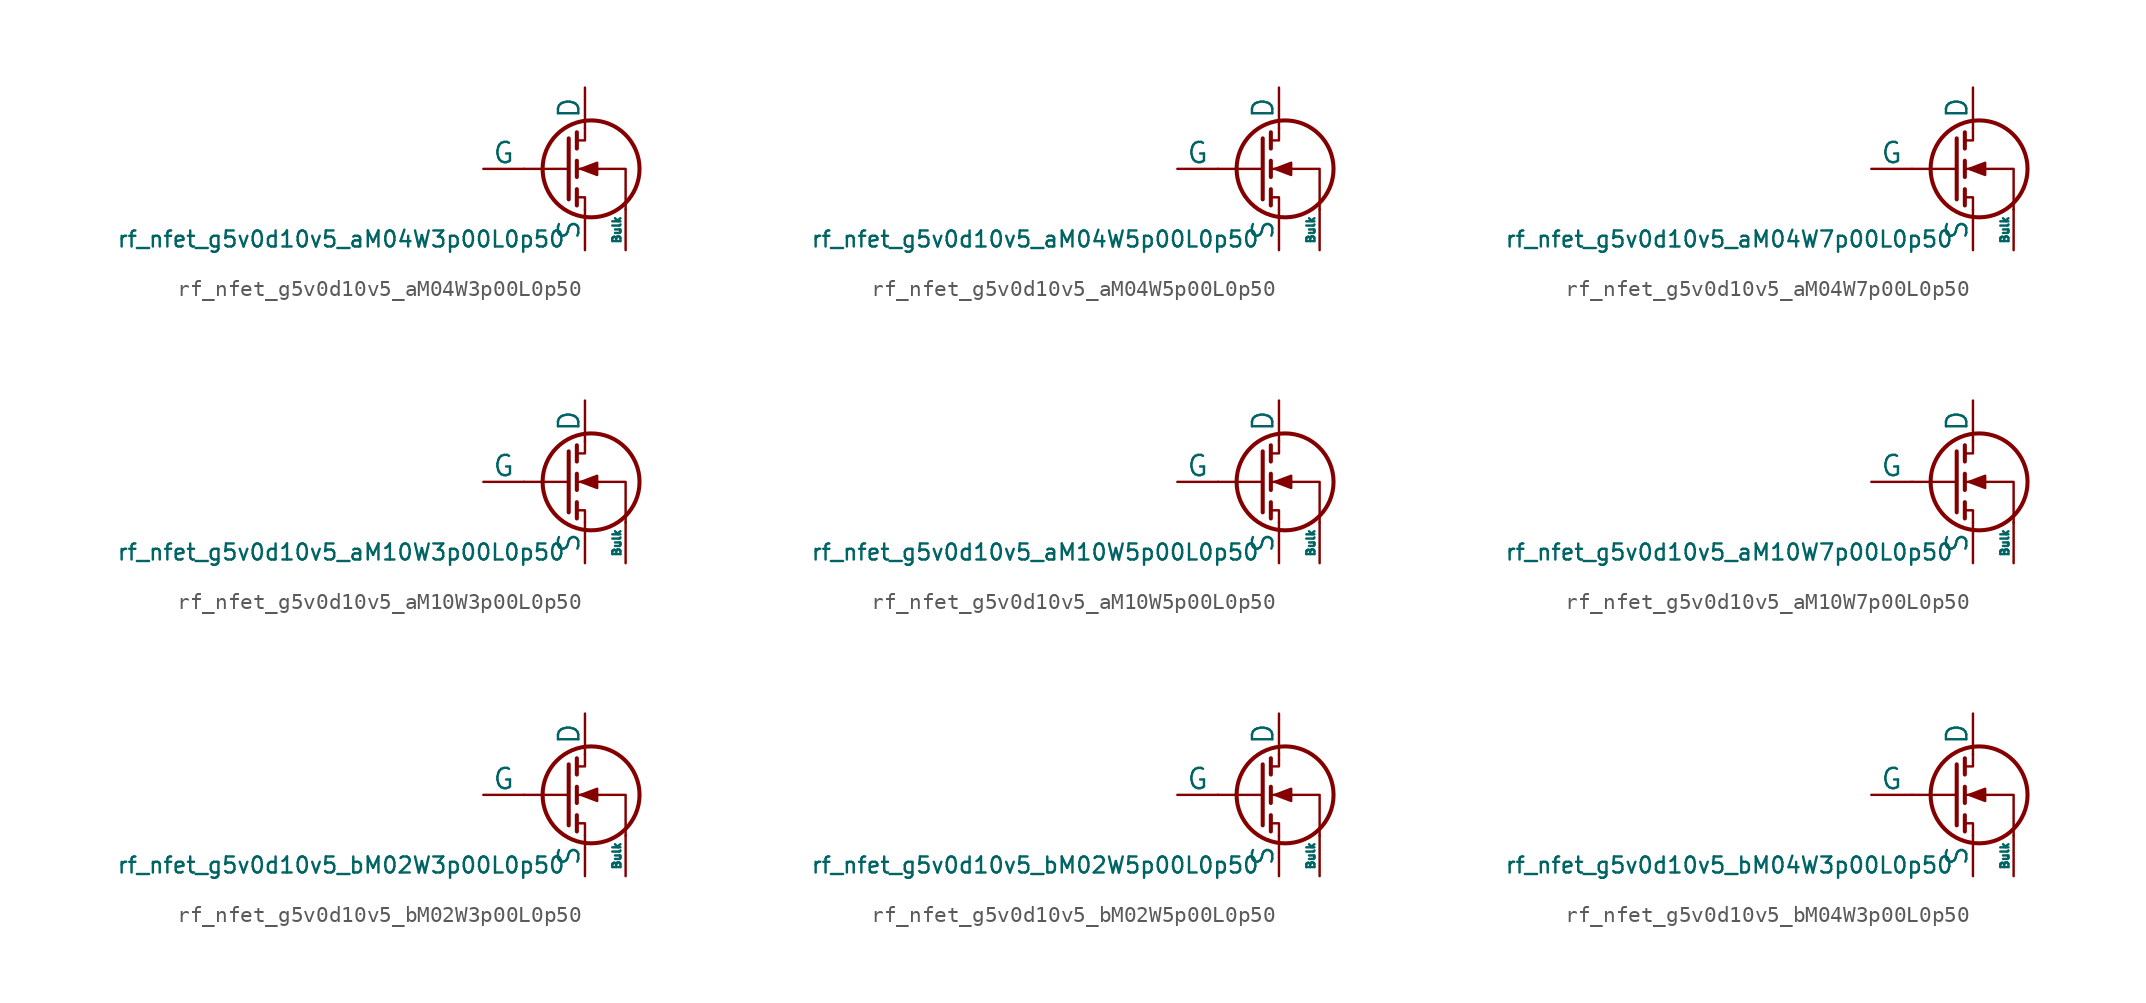
<source format=kicad_sym>
(kicad_symbol_lib
  (version 20211014)
  (generator pdk2kicad)
  (symbol "rf_nfet_g5v0d10v5_aM04W3p00L0p50"
    (pin_numbers hide)
    (pin_names
      (offset 0))
    (property "Reference" "Q"
      (at 0 0 0)
      (effects (font (size 1 1)) hide))
    (property "Value" "rf_nfet_g5v0d10v5_aM04W3p00L0p50"
      (at -12.7 -3.81 0)
      (effects (font (size 1 1)) (justify top)))
    (polyline
      (pts (xy 1.524 0) (xy -1.27 0))
      (stroke (width 0) (type default))
      (fill (type none)))
    (polyline
      (pts (xy 1.524 1.905) (xy 1.524 -1.905))
      (stroke (width 0.254) (type default))
      (fill (type none)))
    (polyline
      (pts (xy 2.032 -1.27) (xy 2.032 -2.286))
      (stroke (width 0.254) (type default))
      (fill (type none)))
    (polyline
      (pts (xy 2.032 0.508) (xy 2.032 -0.508))
      (stroke (width 0.254) (type default))
      (fill (type none)))
    (polyline
      (pts (xy 2.032 2.286) (xy 2.032 1.27))
      (stroke (width 0.254) (type default))
      (fill (type none)))
    (polyline
      (pts (xy 2.032 1.778) (xy 2.54 1.778) (xy 2.54 2.54))
      (stroke (width 0) (type default))
      (fill (type none)))
    (polyline
      (pts (xy 2.54 -2.54) (xy 2.54 -1.778) (xy 2.032 -1.778))
      (stroke (width 0) (type default))
      (fill (type none)))
    (polyline
      (pts (xy 5.08 -2.54) (xy 5.08 0) (xy 2.032 0))
      (stroke (width 0) (type default))
      (fill (type none)))
    (polyline
      (pts (xy 2.286 0) (xy 3.302 0.381) (xy 3.302 -0.381) (xy 2.286 0))
      (stroke (width 0) (type default))
      (fill (type outline)))
    (circle
      (center 2.921 0)
      (radius 3.029)
      (stroke (width 0.254) (type default))
      (fill (type none)))
    (pin passive line
      (at 2.54 5.08 270)
      (length 2.54)
      (name "D" (effects (font (size 1.27 1.27))))
      (number "1" (effects (font (size 1.27 1.27)))))
    (pin input line
      (at -3.81 0 0)
      (length 2.54)
      (name "G" (effects (font (size 1.27 1.27))))
      (number "2" (effects (font (size 1.27 1.27)))))
    (pin passive line
      (at 2.54 -5.08 90)
      (length 2.54)
      (name "S" (effects (font (size 1.27 1.27))))
      (number "3" (effects (font (size 1.27 1.27)))))
    (pin input line
      (at 5.08 -5.08 90)
      (length 2.54)
      (name "Bulk" (effects (font (size 0.508 0.508))))
      (number "4" (effects (font (size 1.27 1.27))))))
  (symbol "rf_nfet_g5v0d10v5_aM04W5p00L0p50"
    (pin_numbers hide)
    (pin_names
      (offset 0))
    (property "Reference" "Q"
      (at 0 0 0)
      (effects (font (size 1 1)) hide))
    (property "Value" "rf_nfet_g5v0d10v5_aM04W5p00L0p50"
      (at -12.7 -3.81 0)
      (effects (font (size 1 1)) (justify top)))
    (polyline
      (pts (xy 1.524 0) (xy -1.27 0))
      (stroke (width 0) (type default))
      (fill (type none)))
    (polyline
      (pts (xy 1.524 1.905) (xy 1.524 -1.905))
      (stroke (width 0.254) (type default))
      (fill (type none)))
    (polyline
      (pts (xy 2.032 -1.27) (xy 2.032 -2.286))
      (stroke (width 0.254) (type default))
      (fill (type none)))
    (polyline
      (pts (xy 2.032 0.508) (xy 2.032 -0.508))
      (stroke (width 0.254) (type default))
      (fill (type none)))
    (polyline
      (pts (xy 2.032 2.286) (xy 2.032 1.27))
      (stroke (width 0.254) (type default))
      (fill (type none)))
    (polyline
      (pts (xy 2.032 1.778) (xy 2.54 1.778) (xy 2.54 2.54))
      (stroke (width 0) (type default))
      (fill (type none)))
    (polyline
      (pts (xy 2.54 -2.54) (xy 2.54 -1.778) (xy 2.032 -1.778))
      (stroke (width 0) (type default))
      (fill (type none)))
    (polyline
      (pts (xy 5.08 -2.54) (xy 5.08 0) (xy 2.032 0))
      (stroke (width 0) (type default))
      (fill (type none)))
    (polyline
      (pts (xy 2.286 0) (xy 3.302 0.381) (xy 3.302 -0.381) (xy 2.286 0))
      (stroke (width 0) (type default))
      (fill (type outline)))
    (circle
      (center 2.921 0)
      (radius 3.029)
      (stroke (width 0.254) (type default))
      (fill (type none)))
    (pin passive line
      (at 2.54 5.08 270)
      (length 2.54)
      (name "D" (effects (font (size 1.27 1.27))))
      (number "1" (effects (font (size 1.27 1.27)))))
    (pin input line
      (at -3.81 0 0)
      (length 2.54)
      (name "G" (effects (font (size 1.27 1.27))))
      (number "2" (effects (font (size 1.27 1.27)))))
    (pin passive line
      (at 2.54 -5.08 90)
      (length 2.54)
      (name "S" (effects (font (size 1.27 1.27))))
      (number "3" (effects (font (size 1.27 1.27)))))
    (pin input line
      (at 5.08 -5.08 90)
      (length 2.54)
      (name "Bulk" (effects (font (size 0.508 0.508))))
      (number "4" (effects (font (size 1.27 1.27))))))
  (symbol "rf_nfet_g5v0d10v5_aM04W7p00L0p50"
    (pin_numbers hide)
    (pin_names
      (offset 0))
    (property "Reference" "Q"
      (at 0 0 0)
      (effects (font (size 1 1)) hide))
    (property "Value" "rf_nfet_g5v0d10v5_aM04W7p00L0p50"
      (at -12.7 -3.81 0)
      (effects (font (size 1 1)) (justify top)))
    (polyline
      (pts (xy 1.524 0) (xy -1.27 0))
      (stroke (width 0) (type default))
      (fill (type none)))
    (polyline
      (pts (xy 1.524 1.905) (xy 1.524 -1.905))
      (stroke (width 0.254) (type default))
      (fill (type none)))
    (polyline
      (pts (xy 2.032 -1.27) (xy 2.032 -2.286))
      (stroke (width 0.254) (type default))
      (fill (type none)))
    (polyline
      (pts (xy 2.032 0.508) (xy 2.032 -0.508))
      (stroke (width 0.254) (type default))
      (fill (type none)))
    (polyline
      (pts (xy 2.032 2.286) (xy 2.032 1.27))
      (stroke (width 0.254) (type default))
      (fill (type none)))
    (polyline
      (pts (xy 2.032 1.778) (xy 2.54 1.778) (xy 2.54 2.54))
      (stroke (width 0) (type default))
      (fill (type none)))
    (polyline
      (pts (xy 2.54 -2.54) (xy 2.54 -1.778) (xy 2.032 -1.778))
      (stroke (width 0) (type default))
      (fill (type none)))
    (polyline
      (pts (xy 5.08 -2.54) (xy 5.08 0) (xy 2.032 0))
      (stroke (width 0) (type default))
      (fill (type none)))
    (polyline
      (pts (xy 2.286 0) (xy 3.302 0.381) (xy 3.302 -0.381) (xy 2.286 0))
      (stroke (width 0) (type default))
      (fill (type outline)))
    (circle
      (center 2.921 0)
      (radius 3.029)
      (stroke (width 0.254) (type default))
      (fill (type none)))
    (pin passive line
      (at 2.54 5.08 270)
      (length 2.54)
      (name "D" (effects (font (size 1.27 1.27))))
      (number "1" (effects (font (size 1.27 1.27)))))
    (pin input line
      (at -3.81 0 0)
      (length 2.54)
      (name "G" (effects (font (size 1.27 1.27))))
      (number "2" (effects (font (size 1.27 1.27)))))
    (pin passive line
      (at 2.54 -5.08 90)
      (length 2.54)
      (name "S" (effects (font (size 1.27 1.27))))
      (number "3" (effects (font (size 1.27 1.27)))))
    (pin input line
      (at 5.08 -5.08 90)
      (length 2.54)
      (name "Bulk" (effects (font (size 0.508 0.508))))
      (number "4" (effects (font (size 1.27 1.27))))))
  (symbol "rf_nfet_g5v0d10v5_aM10W3p00L0p50"
    (pin_numbers hide)
    (pin_names
      (offset 0))
    (property "Reference" "Q"
      (at 0 0 0)
      (effects (font (size 1 1)) hide))
    (property "Value" "rf_nfet_g5v0d10v5_aM10W3p00L0p50"
      (at -12.7 -3.81 0)
      (effects (font (size 1 1)) (justify top)))
    (polyline
      (pts (xy 1.524 0) (xy -1.27 0))
      (stroke (width 0) (type default))
      (fill (type none)))
    (polyline
      (pts (xy 1.524 1.905) (xy 1.524 -1.905))
      (stroke (width 0.254) (type default))
      (fill (type none)))
    (polyline
      (pts (xy 2.032 -1.27) (xy 2.032 -2.286))
      (stroke (width 0.254) (type default))
      (fill (type none)))
    (polyline
      (pts (xy 2.032 0.508) (xy 2.032 -0.508))
      (stroke (width 0.254) (type default))
      (fill (type none)))
    (polyline
      (pts (xy 2.032 2.286) (xy 2.032 1.27))
      (stroke (width 0.254) (type default))
      (fill (type none)))
    (polyline
      (pts (xy 2.032 1.778) (xy 2.54 1.778) (xy 2.54 2.54))
      (stroke (width 0) (type default))
      (fill (type none)))
    (polyline
      (pts (xy 2.54 -2.54) (xy 2.54 -1.778) (xy 2.032 -1.778))
      (stroke (width 0) (type default))
      (fill (type none)))
    (polyline
      (pts (xy 5.08 -2.54) (xy 5.08 0) (xy 2.032 0))
      (stroke (width 0) (type default))
      (fill (type none)))
    (polyline
      (pts (xy 2.286 0) (xy 3.302 0.381) (xy 3.302 -0.381) (xy 2.286 0))
      (stroke (width 0) (type default))
      (fill (type outline)))
    (circle
      (center 2.921 0)
      (radius 3.029)
      (stroke (width 0.254) (type default))
      (fill (type none)))
    (pin passive line
      (at 2.54 5.08 270)
      (length 2.54)
      (name "D" (effects (font (size 1.27 1.27))))
      (number "1" (effects (font (size 1.27 1.27)))))
    (pin input line
      (at -3.81 0 0)
      (length 2.54)
      (name "G" (effects (font (size 1.27 1.27))))
      (number "2" (effects (font (size 1.27 1.27)))))
    (pin passive line
      (at 2.54 -5.08 90)
      (length 2.54)
      (name "S" (effects (font (size 1.27 1.27))))
      (number "3" (effects (font (size 1.27 1.27)))))
    (pin input line
      (at 5.08 -5.08 90)
      (length 2.54)
      (name "Bulk" (effects (font (size 0.508 0.508))))
      (number "4" (effects (font (size 1.27 1.27))))))
  (symbol "rf_nfet_g5v0d10v5_aM10W5p00L0p50"
    (pin_numbers hide)
    (pin_names
      (offset 0))
    (property "Reference" "Q"
      (at 0 0 0)
      (effects (font (size 1 1)) hide))
    (property "Value" "rf_nfet_g5v0d10v5_aM10W5p00L0p50"
      (at -12.7 -3.81 0)
      (effects (font (size 1 1)) (justify top)))
    (polyline
      (pts (xy 1.524 0) (xy -1.27 0))
      (stroke (width 0) (type default))
      (fill (type none)))
    (polyline
      (pts (xy 1.524 1.905) (xy 1.524 -1.905))
      (stroke (width 0.254) (type default))
      (fill (type none)))
    (polyline
      (pts (xy 2.032 -1.27) (xy 2.032 -2.286))
      (stroke (width 0.254) (type default))
      (fill (type none)))
    (polyline
      (pts (xy 2.032 0.508) (xy 2.032 -0.508))
      (stroke (width 0.254) (type default))
      (fill (type none)))
    (polyline
      (pts (xy 2.032 2.286) (xy 2.032 1.27))
      (stroke (width 0.254) (type default))
      (fill (type none)))
    (polyline
      (pts (xy 2.032 1.778) (xy 2.54 1.778) (xy 2.54 2.54))
      (stroke (width 0) (type default))
      (fill (type none)))
    (polyline
      (pts (xy 2.54 -2.54) (xy 2.54 -1.778) (xy 2.032 -1.778))
      (stroke (width 0) (type default))
      (fill (type none)))
    (polyline
      (pts (xy 5.08 -2.54) (xy 5.08 0) (xy 2.032 0))
      (stroke (width 0) (type default))
      (fill (type none)))
    (polyline
      (pts (xy 2.286 0) (xy 3.302 0.381) (xy 3.302 -0.381) (xy 2.286 0))
      (stroke (width 0) (type default))
      (fill (type outline)))
    (circle
      (center 2.921 0)
      (radius 3.029)
      (stroke (width 0.254) (type default))
      (fill (type none)))
    (pin passive line
      (at 2.54 5.08 270)
      (length 2.54)
      (name "D" (effects (font (size 1.27 1.27))))
      (number "1" (effects (font (size 1.27 1.27)))))
    (pin input line
      (at -3.81 0 0)
      (length 2.54)
      (name "G" (effects (font (size 1.27 1.27))))
      (number "2" (effects (font (size 1.27 1.27)))))
    (pin passive line
      (at 2.54 -5.08 90)
      (length 2.54)
      (name "S" (effects (font (size 1.27 1.27))))
      (number "3" (effects (font (size 1.27 1.27)))))
    (pin input line
      (at 5.08 -5.08 90)
      (length 2.54)
      (name "Bulk" (effects (font (size 0.508 0.508))))
      (number "4" (effects (font (size 1.27 1.27))))))
  (symbol "rf_nfet_g5v0d10v5_aM10W7p00L0p50"
    (pin_numbers hide)
    (pin_names
      (offset 0))
    (property "Reference" "Q"
      (at 0 0 0)
      (effects (font (size 1 1)) hide))
    (property "Value" "rf_nfet_g5v0d10v5_aM10W7p00L0p50"
      (at -12.7 -3.81 0)
      (effects (font (size 1 1)) (justify top)))
    (polyline
      (pts (xy 1.524 0) (xy -1.27 0))
      (stroke (width 0) (type default))
      (fill (type none)))
    (polyline
      (pts (xy 1.524 1.905) (xy 1.524 -1.905))
      (stroke (width 0.254) (type default))
      (fill (type none)))
    (polyline
      (pts (xy 2.032 -1.27) (xy 2.032 -2.286))
      (stroke (width 0.254) (type default))
      (fill (type none)))
    (polyline
      (pts (xy 2.032 0.508) (xy 2.032 -0.508))
      (stroke (width 0.254) (type default))
      (fill (type none)))
    (polyline
      (pts (xy 2.032 2.286) (xy 2.032 1.27))
      (stroke (width 0.254) (type default))
      (fill (type none)))
    (polyline
      (pts (xy 2.032 1.778) (xy 2.54 1.778) (xy 2.54 2.54))
      (stroke (width 0) (type default))
      (fill (type none)))
    (polyline
      (pts (xy 2.54 -2.54) (xy 2.54 -1.778) (xy 2.032 -1.778))
      (stroke (width 0) (type default))
      (fill (type none)))
    (polyline
      (pts (xy 5.08 -2.54) (xy 5.08 0) (xy 2.032 0))
      (stroke (width 0) (type default))
      (fill (type none)))
    (polyline
      (pts (xy 2.286 0) (xy 3.302 0.381) (xy 3.302 -0.381) (xy 2.286 0))
      (stroke (width 0) (type default))
      (fill (type outline)))
    (circle
      (center 2.921 0)
      (radius 3.029)
      (stroke (width 0.254) (type default))
      (fill (type none)))
    (pin passive line
      (at 2.54 5.08 270)
      (length 2.54)
      (name "D" (effects (font (size 1.27 1.27))))
      (number "1" (effects (font (size 1.27 1.27)))))
    (pin input line
      (at -3.81 0 0)
      (length 2.54)
      (name "G" (effects (font (size 1.27 1.27))))
      (number "2" (effects (font (size 1.27 1.27)))))
    (pin passive line
      (at 2.54 -5.08 90)
      (length 2.54)
      (name "S" (effects (font (size 1.27 1.27))))
      (number "3" (effects (font (size 1.27 1.27)))))
    (pin input line
      (at 5.08 -5.08 90)
      (length 2.54)
      (name "Bulk" (effects (font (size 0.508 0.508))))
      (number "4" (effects (font (size 1.27 1.27))))))
  (symbol "rf_nfet_g5v0d10v5_bM02W3p00L0p50"
    (pin_numbers hide)
    (pin_names
      (offset 0))
    (property "Reference" "Q"
      (at 0 0 0)
      (effects (font (size 1 1)) hide))
    (property "Value" "rf_nfet_g5v0d10v5_bM02W3p00L0p50"
      (at -12.7 -3.81 0)
      (effects (font (size 1 1)) (justify top)))
    (polyline
      (pts (xy 1.524 0) (xy -1.27 0))
      (stroke (width 0) (type default))
      (fill (type none)))
    (polyline
      (pts (xy 1.524 1.905) (xy 1.524 -1.905))
      (stroke (width 0.254) (type default))
      (fill (type none)))
    (polyline
      (pts (xy 2.032 -1.27) (xy 2.032 -2.286))
      (stroke (width 0.254) (type default))
      (fill (type none)))
    (polyline
      (pts (xy 2.032 0.508) (xy 2.032 -0.508))
      (stroke (width 0.254) (type default))
      (fill (type none)))
    (polyline
      (pts (xy 2.032 2.286) (xy 2.032 1.27))
      (stroke (width 0.254) (type default))
      (fill (type none)))
    (polyline
      (pts (xy 2.032 1.778) (xy 2.54 1.778) (xy 2.54 2.54))
      (stroke (width 0) (type default))
      (fill (type none)))
    (polyline
      (pts (xy 2.54 -2.54) (xy 2.54 -1.778) (xy 2.032 -1.778))
      (stroke (width 0) (type default))
      (fill (type none)))
    (polyline
      (pts (xy 5.08 -2.54) (xy 5.08 0) (xy 2.032 0))
      (stroke (width 0) (type default))
      (fill (type none)))
    (polyline
      (pts (xy 2.286 0) (xy 3.302 0.381) (xy 3.302 -0.381) (xy 2.286 0))
      (stroke (width 0) (type default))
      (fill (type outline)))
    (circle
      (center 2.921 0)
      (radius 3.029)
      (stroke (width 0.254) (type default))
      (fill (type none)))
    (pin passive line
      (at 2.54 5.08 270)
      (length 2.54)
      (name "D" (effects (font (size 1.27 1.27))))
      (number "1" (effects (font (size 1.27 1.27)))))
    (pin input line
      (at -3.81 0 0)
      (length 2.54)
      (name "G" (effects (font (size 1.27 1.27))))
      (number "2" (effects (font (size 1.27 1.27)))))
    (pin passive line
      (at 2.54 -5.08 90)
      (length 2.54)
      (name "S" (effects (font (size 1.27 1.27))))
      (number "3" (effects (font (size 1.27 1.27)))))
    (pin input line
      (at 5.08 -5.08 90)
      (length 2.54)
      (name "Bulk" (effects (font (size 0.508 0.508))))
      (number "4" (effects (font (size 1.27 1.27))))))
  (symbol "rf_nfet_g5v0d10v5_bM02W5p00L0p50"
    (pin_numbers hide)
    (pin_names
      (offset 0))
    (property "Reference" "Q"
      (at 0 0 0)
      (effects (font (size 1 1)) hide))
    (property "Value" "rf_nfet_g5v0d10v5_bM02W5p00L0p50"
      (at -12.7 -3.81 0)
      (effects (font (size 1 1)) (justify top)))
    (polyline
      (pts (xy 1.524 0) (xy -1.27 0))
      (stroke (width 0) (type default))
      (fill (type none)))
    (polyline
      (pts (xy 1.524 1.905) (xy 1.524 -1.905))
      (stroke (width 0.254) (type default))
      (fill (type none)))
    (polyline
      (pts (xy 2.032 -1.27) (xy 2.032 -2.286))
      (stroke (width 0.254) (type default))
      (fill (type none)))
    (polyline
      (pts (xy 2.032 0.508) (xy 2.032 -0.508))
      (stroke (width 0.254) (type default))
      (fill (type none)))
    (polyline
      (pts (xy 2.032 2.286) (xy 2.032 1.27))
      (stroke (width 0.254) (type default))
      (fill (type none)))
    (polyline
      (pts (xy 2.032 1.778) (xy 2.54 1.778) (xy 2.54 2.54))
      (stroke (width 0) (type default))
      (fill (type none)))
    (polyline
      (pts (xy 2.54 -2.54) (xy 2.54 -1.778) (xy 2.032 -1.778))
      (stroke (width 0) (type default))
      (fill (type none)))
    (polyline
      (pts (xy 5.08 -2.54) (xy 5.08 0) (xy 2.032 0))
      (stroke (width 0) (type default))
      (fill (type none)))
    (polyline
      (pts (xy 2.286 0) (xy 3.302 0.381) (xy 3.302 -0.381) (xy 2.286 0))
      (stroke (width 0) (type default))
      (fill (type outline)))
    (circle
      (center 2.921 0)
      (radius 3.029)
      (stroke (width 0.254) (type default))
      (fill (type none)))
    (pin passive line
      (at 2.54 5.08 270)
      (length 2.54)
      (name "D" (effects (font (size 1.27 1.27))))
      (number "1" (effects (font (size 1.27 1.27)))))
    (pin input line
      (at -3.81 0 0)
      (length 2.54)
      (name "G" (effects (font (size 1.27 1.27))))
      (number "2" (effects (font (size 1.27 1.27)))))
    (pin passive line
      (at 2.54 -5.08 90)
      (length 2.54)
      (name "S" (effects (font (size 1.27 1.27))))
      (number "3" (effects (font (size 1.27 1.27)))))
    (pin input line
      (at 5.08 -5.08 90)
      (length 2.54)
      (name "Bulk" (effects (font (size 0.508 0.508))))
      (number "4" (effects (font (size 1.27 1.27))))))
  (symbol "rf_nfet_g5v0d10v5_bM04W3p00L0p50"
    (pin_numbers hide)
    (pin_names
      (offset 0))
    (property "Reference" "Q"
      (at 0 0 0)
      (effects (font (size 1 1)) hide))
    (property "Value" "rf_nfet_g5v0d10v5_bM04W3p00L0p50"
      (at -12.7 -3.81 0)
      (effects (font (size 1 1)) (justify top)))
    (polyline
      (pts (xy 1.524 0) (xy -1.27 0))
      (stroke (width 0) (type default))
      (fill (type none)))
    (polyline
      (pts (xy 1.524 1.905) (xy 1.524 -1.905))
      (stroke (width 0.254) (type default))
      (fill (type none)))
    (polyline
      (pts (xy 2.032 -1.27) (xy 2.032 -2.286))
      (stroke (width 0.254) (type default))
      (fill (type none)))
    (polyline
      (pts (xy 2.032 0.508) (xy 2.032 -0.508))
      (stroke (width 0.254) (type default))
      (fill (type none)))
    (polyline
      (pts (xy 2.032 2.286) (xy 2.032 1.27))
      (stroke (width 0.254) (type default))
      (fill (type none)))
    (polyline
      (pts (xy 2.032 1.778) (xy 2.54 1.778) (xy 2.54 2.54))
      (stroke (width 0) (type default))
      (fill (type none)))
    (polyline
      (pts (xy 2.54 -2.54) (xy 2.54 -1.778) (xy 2.032 -1.778))
      (stroke (width 0) (type default))
      (fill (type none)))
    (polyline
      (pts (xy 5.08 -2.54) (xy 5.08 0) (xy 2.032 0))
      (stroke (width 0) (type default))
      (fill (type none)))
    (polyline
      (pts (xy 2.286 0) (xy 3.302 0.381) (xy 3.302 -0.381) (xy 2.286 0))
      (stroke (width 0) (type default))
      (fill (type outline)))
    (circle
      (center 2.921 0)
      (radius 3.029)
      (stroke (width 0.254) (type default))
      (fill (type none)))
    (pin passive line
      (at 2.54 5.08 270)
      (length 2.54)
      (name "D" (effects (font (size 1.27 1.27))))
      (number "1" (effects (font (size 1.27 1.27)))))
    (pin input line
      (at -3.81 0 0)
      (length 2.54)
      (name "G" (effects (font (size 1.27 1.27))))
      (number "2" (effects (font (size 1.27 1.27)))))
    (pin passive line
      (at 2.54 -5.08 90)
      (length 2.54)
      (name "S" (effects (font (size 1.27 1.27))))
      (number "3" (effects (font (size 1.27 1.27)))))
    (pin input line
      (at 5.08 -5.08 90)
      (length 2.54)
      (name "Bulk" (effects (font (size 0.508 0.508))))
      (number "4" (effects (font (size 1.27 1.27)))))))
</source>
